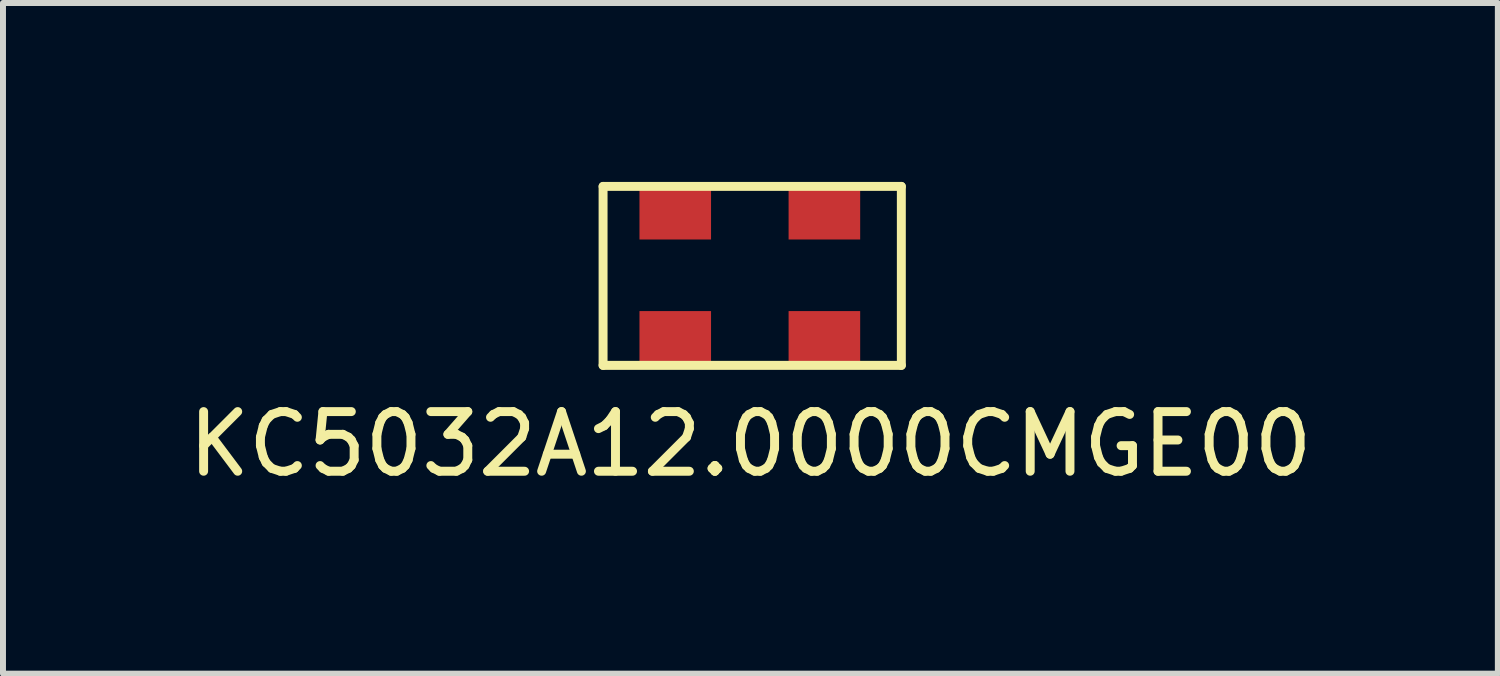
<source format=kicad_pcb>
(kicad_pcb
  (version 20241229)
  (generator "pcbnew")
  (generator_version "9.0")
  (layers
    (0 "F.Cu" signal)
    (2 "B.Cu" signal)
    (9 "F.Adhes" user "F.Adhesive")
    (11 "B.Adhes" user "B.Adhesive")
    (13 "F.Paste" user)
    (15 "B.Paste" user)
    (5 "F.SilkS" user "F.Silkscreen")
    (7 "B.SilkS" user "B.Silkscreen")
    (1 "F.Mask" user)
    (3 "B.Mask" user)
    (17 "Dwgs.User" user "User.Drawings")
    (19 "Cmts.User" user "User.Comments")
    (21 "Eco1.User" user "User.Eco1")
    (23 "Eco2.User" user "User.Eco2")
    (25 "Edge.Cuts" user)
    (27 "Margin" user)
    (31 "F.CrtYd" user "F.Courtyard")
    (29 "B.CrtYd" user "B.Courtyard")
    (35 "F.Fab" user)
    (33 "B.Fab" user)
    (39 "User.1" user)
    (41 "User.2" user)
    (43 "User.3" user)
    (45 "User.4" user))
  (footprint "KC5032A12.0000CMGE00"
    (layer "F.Cu")
    (at 9.58 1.615)
    (property "Reference" "KC5032A12.0000CMGE00" (at -0.05 2.78 0) (layer "F.SilkS") (effects (font (size 1 1) (thickness 0.15))))
    (attr through_hole)
    (fp_line (start -2.52 -1.54) (end 2.48 -1.54) (stroke (width 0.15) (type solid)) (layer "F.SilkS"))
    (fp_line (start -2.52 1.46) (end -2.52 -1.54) (stroke (width 0.15) (type solid)) (layer "F.SilkS"))
    (fp_line (start 2.48 -1.54) (end 2.48 1.46) (stroke (width 0.15) (type solid)) (layer "F.SilkS"))
    (fp_line (start 2.48 1.46) (end -2.52 1.46) (stroke (width 0.15) (type solid)) (layer "F.SilkS"))
    (pad "1" smd rect (at 1.19 -1.1) (size 1.2 0.9) (layers "F.Cu" "F.Mask" "F.Paste"))
    (pad "2" smd rect (at -1.31 1) (size 1.2 0.9) (layers "F.Cu" "F.Mask" "F.Paste"))
    (pad "3" smd rect (at -1.31 -1.1) (size 1.2 0.9) (layers "F.Cu" "F.Mask" "F.Paste"))
    (pad "NH" smd rect (at 1.19 1) (size 1.2 0.9) (layers "F.Cu" "F.Mask" "F.Paste")))
  (gr_rect
    (start -3 -3)
    (end 22.06 8.243)
    (stroke (width 0.1) (type default))
    (fill no)
    (layer "Edge.Cuts")))
</source>
